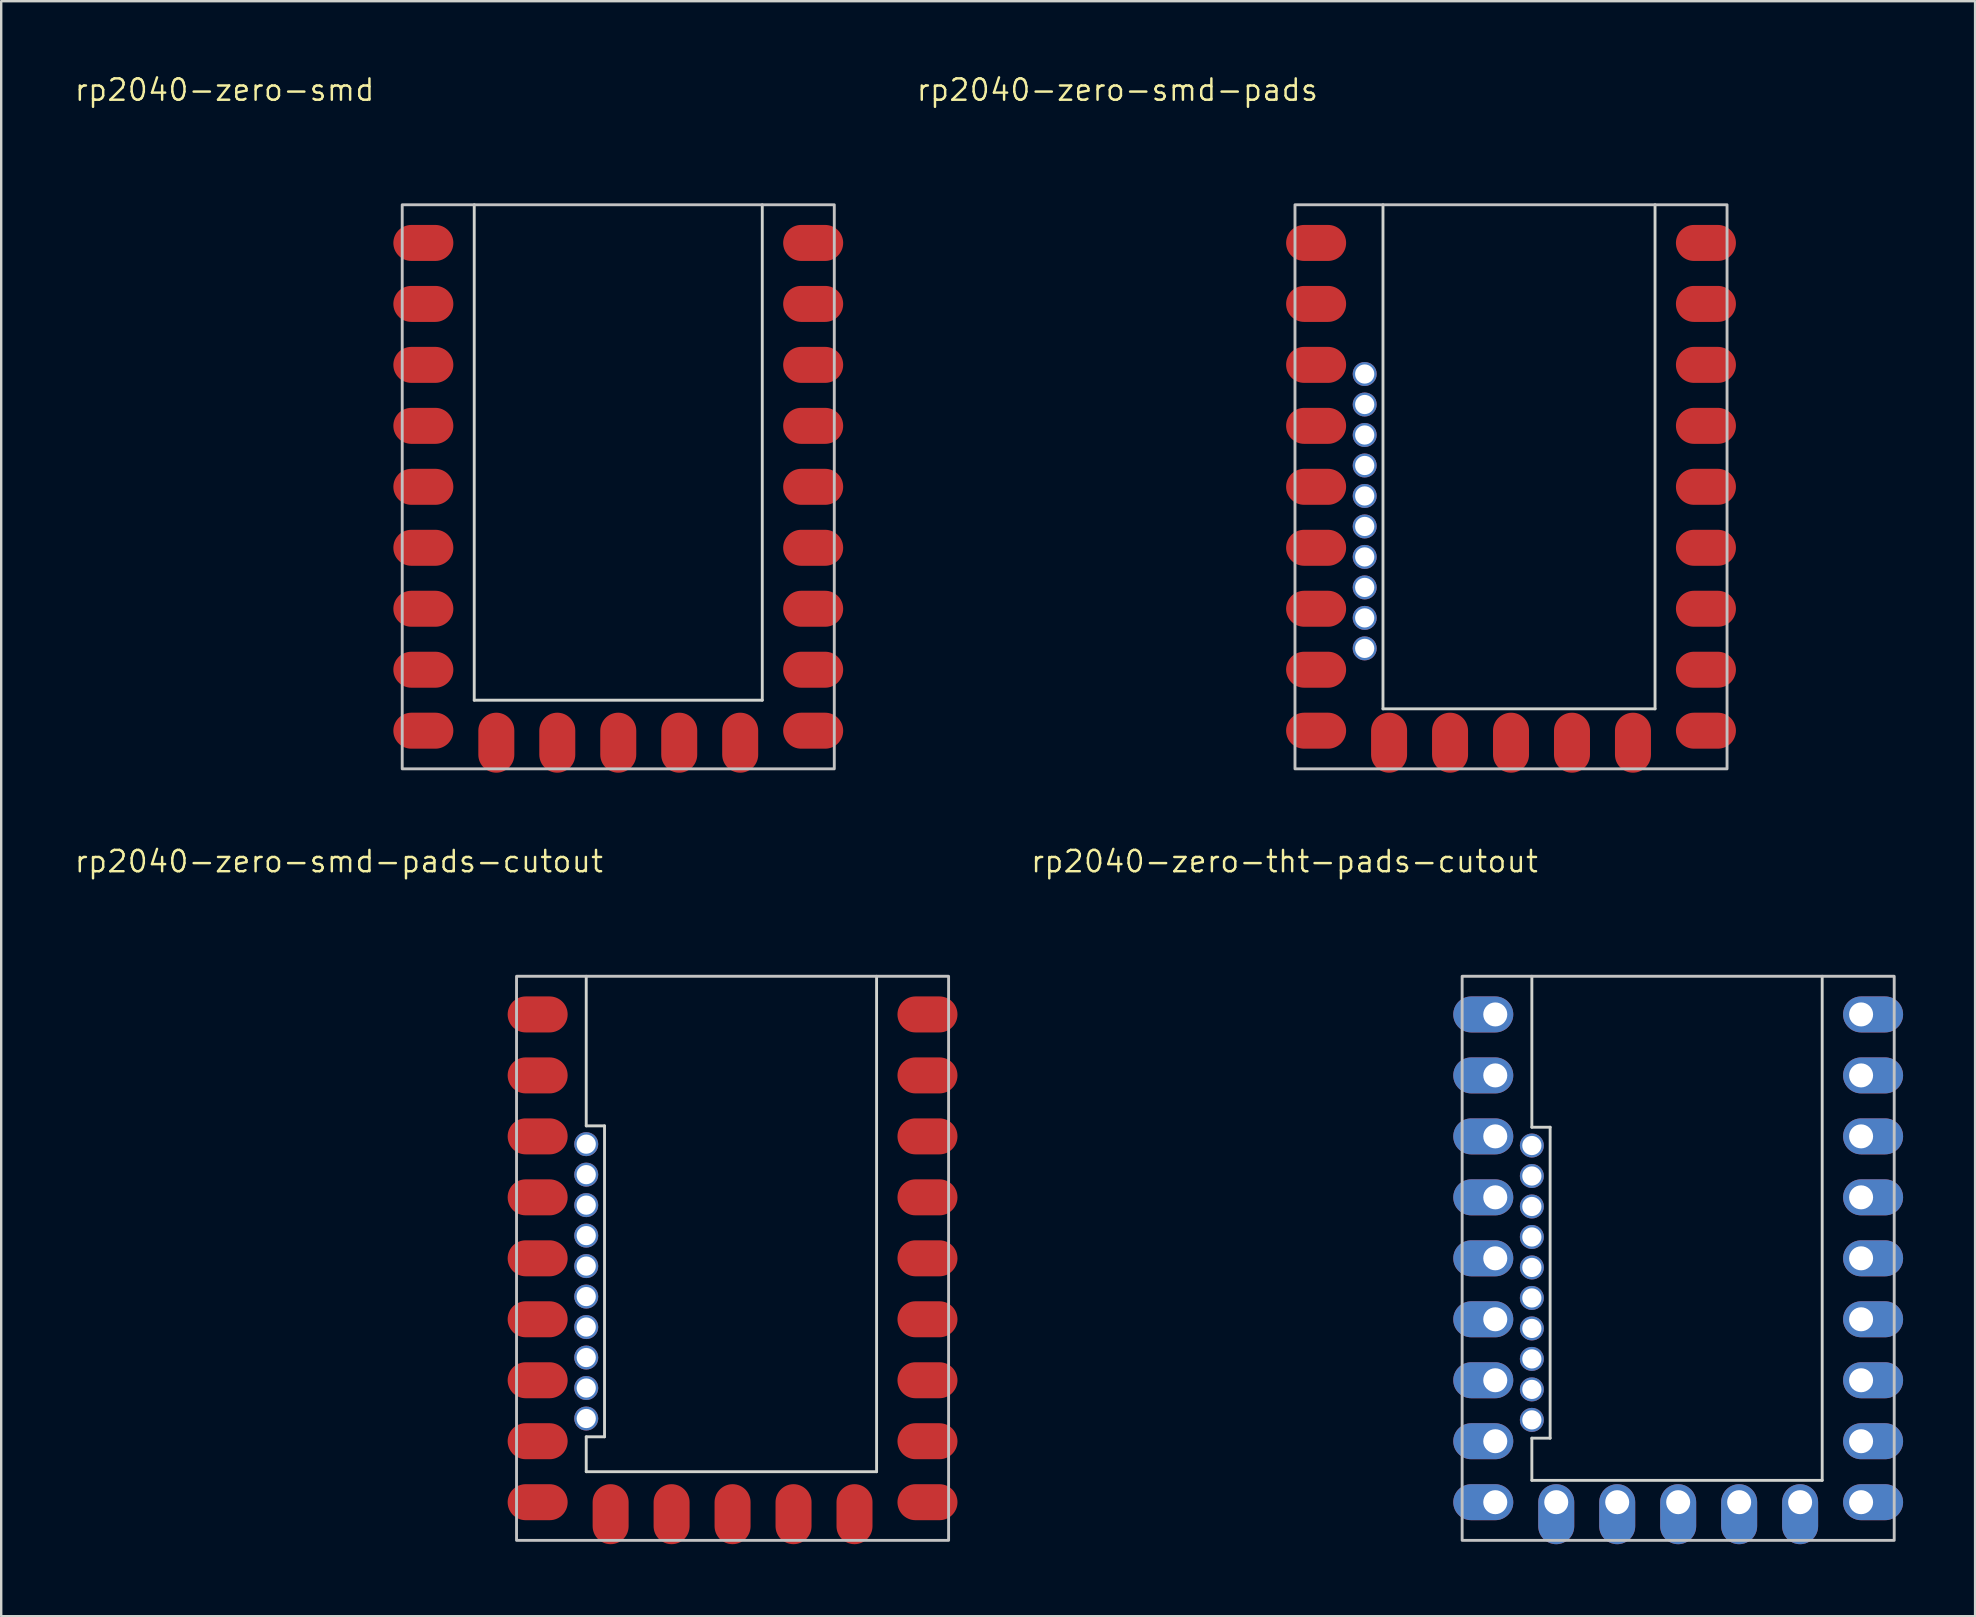
<source format=kicad_pcb>
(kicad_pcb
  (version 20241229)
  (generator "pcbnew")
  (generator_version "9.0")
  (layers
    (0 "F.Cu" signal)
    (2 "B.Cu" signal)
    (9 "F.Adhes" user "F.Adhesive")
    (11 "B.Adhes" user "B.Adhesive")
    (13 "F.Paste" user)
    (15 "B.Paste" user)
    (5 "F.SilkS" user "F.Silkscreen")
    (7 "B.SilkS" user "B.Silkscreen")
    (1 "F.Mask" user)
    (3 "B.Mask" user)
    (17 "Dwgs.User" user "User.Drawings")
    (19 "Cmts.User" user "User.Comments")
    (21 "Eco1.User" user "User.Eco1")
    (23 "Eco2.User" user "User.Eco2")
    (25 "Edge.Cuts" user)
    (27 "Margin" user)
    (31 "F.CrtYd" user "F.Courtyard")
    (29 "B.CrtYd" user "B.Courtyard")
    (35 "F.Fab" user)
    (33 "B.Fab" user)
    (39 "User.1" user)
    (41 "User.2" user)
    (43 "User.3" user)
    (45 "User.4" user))
  (footprint "rp2040-zero-smd"
    (layer "F.Cu")
    (at 22.707 17.231)
    (property "Reference" "rp2040-zero-smd" (at -16.399 -16.533 0) (layer "F.SilkS") (effects (font (size 0.889 0.889) (thickness 0.102))))
    (attr smd exclude_from_pos_files)
    (fp_rect (start -9 -11.75) (end 9 11.75) (stroke (width 0.12) (type solid)) (fill no) (layer "Dwgs.User"))
    (fp_line (start -6 -11.75) (end -6 8.89) (stroke (width 0.12) (type solid)) (layer "Edge.Cuts"))
    (fp_line (start -6 8.89) (end 6 8.89) (stroke (width 0.12) (type solid)) (layer "Edge.Cuts"))
    (fp_line (start 6 8.89) (end 6 -11.75) (stroke (width 0.12) (type solid)) (layer "Edge.Cuts"))
    (pad "1" smd oval (at 7.62 -10.16 180) (size 2.5 1.5) (drill (offset -0.5 0)) (layers "F.Cu" "F.Mask" "F.Paste"))
    (pad "2" smd oval (at 7.62 -7.62 180) (size 2.5 1.5) (drill (offset -0.5 0)) (layers "F.Cu" "F.Mask" "F.Paste"))
    (pad "3" smd oval (at 7.62 -5.08 180) (size 2.5 1.5) (drill (offset -0.5 0)) (layers "F.Cu" "F.Mask" "F.Paste"))
    (pad "4" smd oval (at 7.62 -2.54 180) (size 2.5 1.5) (drill (offset -0.5 0)) (layers "F.Cu" "F.Mask" "F.Paste"))
    (pad "5" smd oval (at 7.62 0 180) (size 2.5 1.5) (drill (offset -0.5 0)) (layers "F.Cu" "F.Mask" "F.Paste"))
    (pad "6" smd oval (at 7.62 2.54 180) (size 2.5 1.5) (drill (offset -0.5 0)) (layers "F.Cu" "F.Mask" "F.Paste"))
    (pad "7" smd oval (at 7.62 5.08 180) (size 2.5 1.5) (drill (offset -0.5 0)) (layers "F.Cu" "F.Mask" "F.Paste"))
    (pad "8" smd oval (at 7.62 7.62 180) (size 2.5 1.5) (drill (offset -0.5 0)) (layers "F.Cu" "F.Mask" "F.Paste"))
    (pad "9" smd oval (at 7.62 10.16 180) (size 2.5 1.5) (drill (offset -0.5 0)) (layers "F.Cu" "F.Mask" "F.Paste"))
    (pad "10" smd oval (at 5.08 10.16 90) (size 2.5 1.5) (drill (offset -0.5 0)) (layers "F.Cu" "F.Mask" "F.Paste"))
    (pad "11" smd oval (at 2.54 10.16 90) (size 2.5 1.5) (drill (offset -0.5 0)) (layers "F.Cu" "F.Mask" "F.Paste"))
    (pad "12" smd oval (at 0 10.16 90) (size 2.5 1.5) (drill (offset -0.5 0)) (layers "F.Cu" "F.Mask" "F.Paste"))
    (pad "13" smd oval (at -2.54 10.16 90) (size 2.5 1.5) (drill (offset -0.5 0)) (layers "F.Cu" "F.Mask" "F.Paste"))
    (pad "14" smd oval (at -5.08 10.16 90) (size 2.5 1.5) (drill (offset -0.5 0)) (layers "F.Cu" "F.Mask" "F.Paste"))
    (pad "15" smd oval (at -7.62 10.16) (size 2.5 1.5) (drill (offset -0.5 0)) (layers "F.Cu" "F.Mask" "F.Paste"))
    (pad "16" smd oval (at -7.62 7.62) (size 2.5 1.5) (drill (offset -0.5 0)) (layers "F.Cu" "F.Mask" "F.Paste"))
    (pad "17" smd oval (at -7.62 5.08) (size 2.5 1.5) (drill (offset -0.5 0)) (layers "F.Cu" "F.Mask" "F.Paste"))
    (pad "18" smd oval (at -7.62 2.54) (size 2.5 1.5) (drill (offset -0.5 0)) (layers "F.Cu" "F.Mask" "F.Paste"))
    (pad "19" smd oval (at -7.62 0) (size 2.5 1.5) (drill (offset -0.5 0)) (layers "F.Cu" "F.Mask" "F.Paste"))
    (pad "20" smd oval (at -7.62 -2.54) (size 2.5 1.5) (drill (offset -0.5 0)) (layers "F.Cu" "F.Mask" "F.Paste"))
    (pad "21" smd oval (at -7.62 -5.08) (size 2.5 1.5) (drill (offset -0.5 0)) (layers "F.Cu" "F.Mask" "F.Paste"))
    (pad "22" smd oval (at -7.62 -7.62) (size 2.5 1.5) (drill (offset -0.5 0)) (layers "F.Cu" "F.Mask" "F.Paste"))
    (pad "23" smd oval (at -7.62 -10.16) (size 2.5 1.5) (drill (offset -0.5 0)) (layers "F.Cu" "F.Mask" "F.Paste")))
  (footprint "rp2040-zero-smd-pads"
    (layer "F.Cu")
    (at 59.9 17.231)
    (property "Reference" "rp2040-zero-smd-pads" (at -16.399 -16.533 0) (layer "F.SilkS") (effects (font (size 0.889 0.889) (thickness 0.102))))
    (attr smd exclude_from_pos_files)
    (fp_rect (start -9 -11.75) (end 9 11.75) (stroke (width 0.12) (type solid)) (fill no) (layer "Dwgs.User"))
    (fp_line (start -5.334 -11.75) (end -5.334 9.25) (stroke (width 0.12) (type solid)) (layer "Edge.Cuts"))
    (fp_line (start -5.334 9.25) (end 6 9.25) (stroke (width 0.12) (type solid)) (layer "Edge.Cuts"))
    (fp_line (start 6 9.25) (end 6 -11.75) (stroke (width 0.12) (type solid)) (layer "Edge.Cuts"))
    (pad "1" smd oval (at 7.62 -10.16 180) (size 2.5 1.5) (drill (offset -0.5 0)) (layers "F.Cu" "F.Mask" "F.Paste"))
    (pad "2" smd oval (at 7.62 -7.62 180) (size 2.5 1.5) (drill (offset -0.5 0)) (layers "F.Cu" "F.Mask" "F.Paste"))
    (pad "3" smd oval (at 7.62 -5.08 180) (size 2.5 1.5) (drill (offset -0.5 0)) (layers "F.Cu" "F.Mask" "F.Paste"))
    (pad "4" smd oval (at 7.62 -2.54 180) (size 2.5 1.5) (drill (offset -0.5 0)) (layers "F.Cu" "F.Mask" "F.Paste"))
    (pad "5" smd oval (at 7.62 0 180) (size 2.5 1.5) (drill (offset -0.5 0)) (layers "F.Cu" "F.Mask" "F.Paste"))
    (pad "6" smd oval (at 7.62 2.54 180) (size 2.5 1.5) (drill (offset -0.5 0)) (layers "F.Cu" "F.Mask" "F.Paste"))
    (pad "7" smd oval (at 7.62 5.08 180) (size 2.5 1.5) (drill (offset -0.5 0)) (layers "F.Cu" "F.Mask" "F.Paste"))
    (pad "8" smd oval (at 7.62 7.62 180) (size 2.5 1.5) (drill (offset -0.5 0)) (layers "F.Cu" "F.Mask" "F.Paste"))
    (pad "9" smd oval (at 7.62 10.16 180) (size 2.5 1.5) (drill (offset -0.5 0)) (layers "F.Cu" "F.Mask" "F.Paste"))
    (pad "10" smd oval (at 5.08 10.16 90) (size 2.5 1.5) (drill (offset -0.5 0)) (layers "F.Cu" "F.Mask" "F.Paste"))
    (pad "11" smd oval (at 2.54 10.16 90) (size 2.5 1.5) (drill (offset -0.5 0)) (layers "F.Cu" "F.Mask" "F.Paste"))
    (pad "12" smd oval (at 0 10.16 90) (size 2.5 1.5) (drill (offset -0.5 0)) (layers "F.Cu" "F.Mask" "F.Paste"))
    (pad "13" smd oval (at -2.54 10.16 90) (size 2.5 1.5) (drill (offset -0.5 0)) (layers "F.Cu" "F.Mask" "F.Paste"))
    (pad "14" smd oval (at -5.08 10.16 90) (size 2.5 1.5) (drill (offset -0.5 0)) (layers "F.Cu" "F.Mask" "F.Paste"))
    (pad "15" smd oval (at -7.62 10.16) (size 2.5 1.5) (drill (offset -0.5 0)) (layers "F.Cu" "F.Mask" "F.Paste"))
    (pad "16" smd oval (at -7.62 7.62) (size 2.5 1.5) (drill (offset -0.5 0)) (layers "F.Cu" "F.Mask" "F.Paste"))
    (pad "17" smd oval (at -7.62 5.08) (size 2.5 1.5) (drill (offset -0.5 0)) (layers "F.Cu" "F.Mask" "F.Paste"))
    (pad "18" smd oval (at -7.62 2.54) (size 2.5 1.5) (drill (offset -0.5 0)) (layers "F.Cu" "F.Mask" "F.Paste"))
    (pad "19" smd oval (at -7.62 0) (size 2.5 1.5) (drill (offset -0.5 0)) (layers "F.Cu" "F.Mask" "F.Paste"))
    (pad "20" smd oval (at -7.62 -2.54) (size 2.5 1.5) (drill (offset -0.5 0)) (layers "F.Cu" "F.Mask" "F.Paste"))
    (pad "21" smd oval (at -7.62 -5.08) (size 2.5 1.5) (drill (offset -0.5 0)) (layers "F.Cu" "F.Mask" "F.Paste"))
    (pad "22" smd oval (at -7.62 -7.62) (size 2.5 1.5) (drill (offset -0.5 0)) (layers "F.Cu" "F.Mask" "F.Paste"))
    (pad "23" smd oval (at -7.62 -10.16) (size 2.5 1.5) (drill (offset -0.5 0)) (layers "F.Cu" "F.Mask" "F.Paste"))
    (pad "24" thru_hole circle (at -6.096 6.731) (size 1 1) (drill 0.8) (layers "*.Cu" "*.Mask"))
    (pad "25" thru_hole circle (at -6.096 5.461) (size 1 1) (drill 0.8) (layers "*.Cu" "*.Mask"))
    (pad "26" thru_hole circle (at -6.096 4.191) (size 1 1) (drill 0.8) (layers "*.Cu" "*.Mask"))
    (pad "27" thru_hole circle (at -6.096 2.921) (size 1 1) (drill 0.8) (layers "*.Cu" "*.Mask"))
    (pad "28" thru_hole circle (at -6.096 1.651) (size 1 1) (drill 0.8) (layers "*.Cu" "*.Mask"))
    (pad "29" thru_hole circle (at -6.096 0.381) (size 1 1) (drill 0.8) (layers "*.Cu" "*.Mask"))
    (pad "30" thru_hole circle (at -6.096 -0.889) (size 1 1) (drill 0.8) (layers "*.Cu" "*.Mask"))
    (pad "31" thru_hole circle (at -6.096 -2.159) (size 1 1) (drill 0.8) (layers "*.Cu" "*.Mask"))
    (pad "32" thru_hole circle (at -6.096 -3.429) (size 1 1) (drill 0.8) (layers "*.Cu" "*.Mask"))
    (pad "33" thru_hole circle (at -6.096 -4.699) (size 1 1) (drill 0.8) (layers "*.Cu" "*.Mask")))
  (footprint "rp2040-zero-smd-pads-cutout"
    (layer "F.Cu")
    (at 27.469 49.372)
    (property "Reference" "rp2040-zero-smd-pads-cutout" (at -16.399 -16.533 0) (layer "F.SilkS") (effects (font (size 0.889 0.889) (thickness 0.102))))
    (attr smd exclude_from_pos_files)
    (fp_rect (start -9 -11.75) (end 9 11.75) (stroke (width 0.12) (type solid)) (fill no) (layer "Dwgs.User"))
    (fp_line (start -6.096 -5.518) (end -6.096 -11.75) (stroke (width 0.12) (type solid)) (layer "Edge.Cuts"))
    (fp_line (start -6.096 7.436) (end -5.334 7.436) (stroke (width 0.12) (type solid)) (layer "Edge.Cuts"))
    (fp_line (start -6.096 8.89) (end -6.096 7.436) (stroke (width 0.12) (type solid)) (layer "Edge.Cuts"))
    (fp_line (start -6.096 8.89) (end 6 8.89) (stroke (width 0.12) (type solid)) (layer "Edge.Cuts"))
    (fp_line (start -5.334 -5.518) (end -6.096 -5.518) (stroke (width 0.12) (type solid)) (layer "Edge.Cuts"))
    (fp_line (start -5.334 7.436) (end -5.334 -5.518) (stroke (width 0.12) (type solid)) (layer "Edge.Cuts"))
    (fp_line (start 6 8.89) (end 6 -11.75) (stroke (width 0.12) (type solid)) (layer "Edge.Cuts"))
    (pad "1" smd oval (at 7.62 -10.16 180) (size 2.5 1.5) (drill (offset -0.5 0)) (layers "F.Cu" "F.Mask" "F.Paste"))
    (pad "2" smd oval (at 7.62 -7.62 180) (size 2.5 1.5) (drill (offset -0.5 0)) (layers "F.Cu" "F.Mask" "F.Paste"))
    (pad "3" smd oval (at 7.62 -5.08 180) (size 2.5 1.5) (drill (offset -0.5 0)) (layers "F.Cu" "F.Mask" "F.Paste"))
    (pad "4" smd oval (at 7.62 -2.54 180) (size 2.5 1.5) (drill (offset -0.5 0)) (layers "F.Cu" "F.Mask" "F.Paste"))
    (pad "5" smd oval (at 7.62 0 180) (size 2.5 1.5) (drill (offset -0.5 0)) (layers "F.Cu" "F.Mask" "F.Paste"))
    (pad "6" smd oval (at 7.62 2.54 180) (size 2.5 1.5) (drill (offset -0.5 0)) (layers "F.Cu" "F.Mask" "F.Paste"))
    (pad "7" smd oval (at 7.62 5.08 180) (size 2.5 1.5) (drill (offset -0.5 0)) (layers "F.Cu" "F.Mask" "F.Paste"))
    (pad "8" smd oval (at 7.62 7.62 180) (size 2.5 1.5) (drill (offset -0.5 0)) (layers "F.Cu" "F.Mask" "F.Paste"))
    (pad "9" smd oval (at 7.62 10.16 180) (size 2.5 1.5) (drill (offset -0.5 0)) (layers "F.Cu" "F.Mask" "F.Paste"))
    (pad "10" smd oval (at 5.08 10.16 90) (size 2.5 1.5) (drill (offset -0.5 0)) (layers "F.Cu" "F.Mask" "F.Paste"))
    (pad "11" smd oval (at 2.54 10.16 90) (size 2.5 1.5) (drill (offset -0.5 0)) (layers "F.Cu" "F.Mask" "F.Paste"))
    (pad "12" smd oval (at 0 10.16 90) (size 2.5 1.5) (drill (offset -0.5 0)) (layers "F.Cu" "F.Mask" "F.Paste"))
    (pad "13" smd oval (at -2.54 10.16 90) (size 2.5 1.5) (drill (offset -0.5 0)) (layers "F.Cu" "F.Mask" "F.Paste"))
    (pad "14" smd oval (at -5.08 10.16 90) (size 2.5 1.5) (drill (offset -0.5 0)) (layers "F.Cu" "F.Mask" "F.Paste"))
    (pad "15" smd oval (at -7.62 10.16) (size 2.5 1.5) (drill (offset -0.5 0)) (layers "F.Cu" "F.Mask" "F.Paste"))
    (pad "16" smd oval (at -7.62 7.62) (size 2.5 1.5) (drill (offset -0.5 0)) (layers "F.Cu" "F.Mask" "F.Paste"))
    (pad "17" smd oval (at -7.62 5.08) (size 2.5 1.5) (drill (offset -0.5 0)) (layers "F.Cu" "F.Mask" "F.Paste"))
    (pad "18" smd oval (at -7.62 2.54) (size 2.5 1.5) (drill (offset -0.5 0)) (layers "F.Cu" "F.Mask" "F.Paste"))
    (pad "19" smd oval (at -7.62 0) (size 2.5 1.5) (drill (offset -0.5 0)) (layers "F.Cu" "F.Mask" "F.Paste"))
    (pad "20" smd oval (at -7.62 -2.54) (size 2.5 1.5) (drill (offset -0.5 0)) (layers "F.Cu" "F.Mask" "F.Paste"))
    (pad "21" smd oval (at -7.62 -5.08) (size 2.5 1.5) (drill (offset -0.5 0)) (layers "F.Cu" "F.Mask" "F.Paste"))
    (pad "22" smd oval (at -7.62 -7.62) (size 2.5 1.5) (drill (offset -0.5 0)) (layers "F.Cu" "F.Mask" "F.Paste"))
    (pad "23" smd oval (at -7.62 -10.16) (size 2.5 1.5) (drill (offset -0.5 0)) (layers "F.Cu" "F.Mask" "F.Paste"))
    (pad "24" thru_hole circle (at -6.096 6.674) (size 1 1) (drill 0.8) (layers "*.Cu" "*.Mask"))
    (pad "25" thru_hole circle (at -6.096 5.404) (size 1 1) (drill 0.8) (layers "*.Cu" "*.Mask"))
    (pad "26" thru_hole circle (at -6.096 4.134) (size 1 1) (drill 0.8) (layers "*.Cu" "*.Mask"))
    (pad "27" thru_hole circle (at -6.096 2.864) (size 1 1) (drill 0.8) (layers "*.Cu" "*.Mask"))
    (pad "28" thru_hole circle (at -6.096 1.594) (size 1 1) (drill 0.8) (layers "*.Cu" "*.Mask"))
    (pad "29" thru_hole circle (at -6.096 0.324) (size 1 1) (drill 0.8) (layers "*.Cu" "*.Mask"))
    (pad "30" thru_hole circle (at -6.096 -0.946) (size 1 1) (drill 0.8) (layers "*.Cu" "*.Mask"))
    (pad "31" thru_hole circle (at -6.096 -2.216) (size 1 1) (drill 0.8) (layers "*.Cu" "*.Mask"))
    (pad "32" thru_hole circle (at -6.096 -3.486) (size 1 1) (drill 0.8) (layers "*.Cu" "*.Mask"))
    (pad "33" thru_hole circle (at -6.096 -4.756) (size 1 1) (drill 0.8) (layers "*.Cu" "*.Mask")))
  (footprint "rp2040-zero-tht-pads-cutout"
    (layer "F.Cu")
    (at 66.864 49.372)
    (property "Reference" "rp2040-zero-tht-pads-cutout" (at -16.399 -16.533 0) (layer "F.SilkS") (effects (font (size 0.889 0.889) (thickness 0.102))))
    (attr through_hole exclude_from_pos_files)
    (fp_rect (start -9 -11.75) (end 9 11.75) (stroke (width 0.12) (type solid)) (fill no) (layer "Dwgs.User"))
    (fp_line (start -6.096 -5.461) (end -6.096 -11.75) (stroke (width 0.12) (type solid)) (layer "Edge.Cuts"))
    (fp_line (start -6.096 7.493) (end -5.334 7.493) (stroke (width 0.12) (type solid)) (layer "Edge.Cuts"))
    (fp_line (start -6.096 9.25) (end -6.096 7.493) (stroke (width 0.12) (type solid)) (layer "Edge.Cuts"))
    (fp_line (start -6.096 9.25) (end 6 9.25) (stroke (width 0.12) (type solid)) (layer "Edge.Cuts"))
    (fp_line (start -5.334 -5.461) (end -6.096 -5.461) (stroke (width 0.12) (type solid)) (layer "Edge.Cuts"))
    (fp_line (start -5.334 7.493) (end -5.334 -5.461) (stroke (width 0.12) (type solid)) (layer "Edge.Cuts"))
    (fp_line (start 6 9.25) (end 6 -11.75) (stroke (width 0.12) (type solid)) (layer "Edge.Cuts"))
    (pad "1" thru_hole oval (at 7.62 -10.16 180) (size 2.5 1.5) (drill 1 (offset -0.5 0)) (layers "*.Cu" "*.Mask"))
    (pad "2" thru_hole oval (at 7.62 -7.62 180) (size 2.5 1.5) (drill 1 (offset -0.5 0)) (layers "*.Cu" "*.Mask"))
    (pad "3" thru_hole oval (at 7.62 -5.08 180) (size 2.5 1.5) (drill 1 (offset -0.5 0)) (layers "*.Cu" "*.Mask"))
    (pad "4" thru_hole oval (at 7.62 -2.54 180) (size 2.5 1.5) (drill 1 (offset -0.5 0)) (layers "*.Cu" "*.Mask"))
    (pad "5" thru_hole oval (at 7.62 0 180) (size 2.5 1.5) (drill 1 (offset -0.5 0)) (layers "*.Cu" "*.Mask"))
    (pad "6" thru_hole oval (at 7.62 2.54 180) (size 2.5 1.5) (drill 1 (offset -0.5 0)) (layers "*.Cu" "*.Mask"))
    (pad "7" thru_hole oval (at 7.62 5.08 180) (size 2.5 1.5) (drill 1 (offset -0.5 0)) (layers "*.Cu" "*.Mask"))
    (pad "8" thru_hole oval (at 7.62 7.62 180) (size 2.5 1.5) (drill 1 (offset -0.5 0)) (layers "*.Cu" "*.Mask"))
    (pad "9" thru_hole oval (at 7.62 10.16 180) (size 2.5 1.5) (drill 1 (offset -0.5 0)) (layers "*.Cu" "*.Mask"))
    (pad "10" thru_hole oval (at 5.08 10.16 90) (size 2.5 1.5) (drill 1 (offset -0.5 0)) (layers "*.Cu" "*.Mask"))
    (pad "11" thru_hole oval (at 2.54 10.16 90) (size 2.5 1.5) (drill 1 (offset -0.5 0)) (layers "*.Cu" "*.Mask"))
    (pad "12" thru_hole oval (at 0 10.16 90) (size 2.5 1.5) (drill 1 (offset -0.5 0)) (layers "*.Cu" "*.Mask"))
    (pad "13" thru_hole oval (at -2.54 10.16 90) (size 2.5 1.5) (drill 1 (offset -0.5 0)) (layers "*.Cu" "*.Mask"))
    (pad "14" thru_hole oval (at -5.08 10.16 90) (size 2.5 1.5) (drill 1 (offset -0.5 0)) (layers "*.Cu" "*.Mask"))
    (pad "15" thru_hole oval (at -7.62 10.16) (size 2.5 1.5) (drill 1 (offset -0.5 0)) (layers "*.Cu" "*.Mask"))
    (pad "16" thru_hole oval (at -7.62 7.62) (size 2.5 1.5) (drill 1 (offset -0.5 0)) (layers "*.Cu" "*.Mask"))
    (pad "17" thru_hole oval (at -7.62 5.08) (size 2.5 1.5) (drill 1 (offset -0.5 0)) (layers "*.Cu" "*.Mask"))
    (pad "18" thru_hole oval (at -7.62 2.54) (size 2.5 1.5) (drill 1 (offset -0.5 0)) (layers "*.Cu" "*.Mask"))
    (pad "19" thru_hole oval (at -7.62 0) (size 2.5 1.5) (drill 1 (offset -0.5 0)) (layers "*.Cu" "*.Mask"))
    (pad "20" thru_hole oval (at -7.62 -2.54) (size 2.5 1.5) (drill 1 (offset -0.5 0)) (layers "*.Cu" "*.Mask"))
    (pad "21" thru_hole oval (at -7.62 -5.08) (size 2.5 1.5) (drill 1 (offset -0.5 0)) (layers "*.Cu" "*.Mask"))
    (pad "22" thru_hole oval (at -7.62 -7.62) (size 2.5 1.5) (drill 1 (offset -0.5 0)) (layers "*.Cu" "*.Mask"))
    (pad "23" thru_hole oval (at -7.62 -10.16) (size 2.5 1.5) (drill 1 (offset -0.5 0)) (layers "*.Cu" "*.Mask"))
    (pad "24" thru_hole circle (at -6.096 6.731) (size 1 1) (drill 0.8) (layers "*.Cu" "*.Mask"))
    (pad "25" thru_hole circle (at -6.096 5.461) (size 1 1) (drill 0.8) (layers "*.Cu" "*.Mask"))
    (pad "26" thru_hole circle (at -6.096 4.191) (size 1 1) (drill 0.8) (layers "*.Cu" "*.Mask"))
    (pad "27" thru_hole circle (at -6.096 2.921) (size 1 1) (drill 0.8) (layers "*.Cu" "*.Mask"))
    (pad "28" thru_hole circle (at -6.096 1.651) (size 1 1) (drill 0.8) (layers "*.Cu" "*.Mask"))
    (pad "29" thru_hole circle (at -6.096 0.381) (size 1 1) (drill 0.8) (layers "*.Cu" "*.Mask"))
    (pad "30" thru_hole circle (at -6.096 -0.889) (size 1 1) (drill 0.8) (layers "*.Cu" "*.Mask"))
    (pad "31" thru_hole circle (at -6.096 -2.159) (size 1 1) (drill 0.8) (layers "*.Cu" "*.Mask"))
    (pad "32" thru_hole circle (at -6.096 -3.429) (size 1 1) (drill 0.8) (layers "*.Cu" "*.Mask"))
    (pad "33" thru_hole circle (at -6.096 -4.699) (size 1 1) (drill 0.8) (layers "*.Cu" "*.Mask")))
  (gr_rect
    (start -3 -3)
    (end 79.234 64.282)
    (stroke (width 0.1) (type default))
    (fill no)
    (layer "Edge.Cuts")))
</source>
